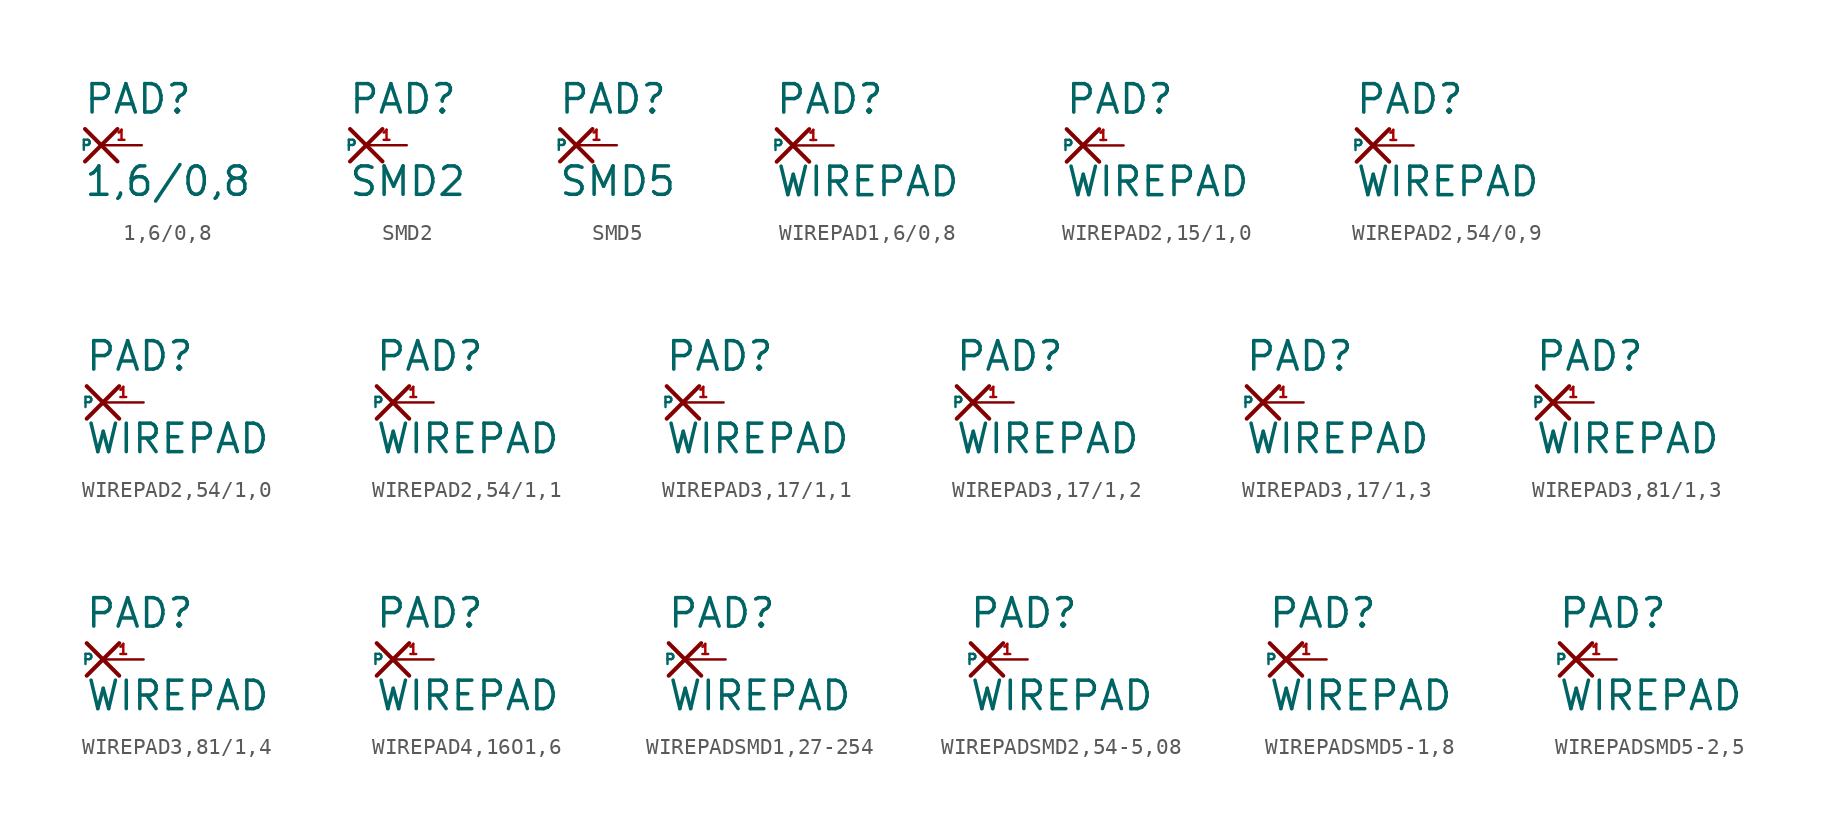
<source format=kicad_sym>
(kicad_symbol_lib
  (version 20220914)
  (generator Eagle2Kicad)
  (symbol "1,6/0,8"
    (property "Reference" "PAD"
      (at -1.143 1.854 0)
      (effects (font (size 1.778 1.778) (thickness 0.22)) (justify left bottom)))
    (property "Value" "1,6/0,8"
      (at -1.143 -3.302 0)
      (effects (font (size 1.778 1.778) (thickness 0.22)) (justify left bottom)))
    (polyline
      (pts (xy -1.016 1.016) (xy 1.016 -1.016))
      (stroke (width 0.254) (type default))
      (fill (type none)))
    (polyline
      (pts (xy -1.016 -1.016) (xy 1.016 1.016))
      (stroke (width 0.254) (type default))
      (fill (type none)))
    (pin passive line
      (at 2.54 0 180)
      (length 2.54)
      (name "P" (effects (font (size 0.635 0.635) (thickness 0.08)) (justify left bottom)))
      (number "1" (effects (font (size 0.635 0.635) (thickness 0.08)) (justify left bottom)))))
  (symbol "SMD2"
    (property "Reference" "PAD"
      (at -1.143 1.854 0)
      (effects (font (size 1.778 1.778) (thickness 0.22)) (justify left bottom)))
    (property "Value" "SMD2"
      (at -1.143 -3.302 0)
      (effects (font (size 1.778 1.778) (thickness 0.22)) (justify left bottom)))
    (polyline
      (pts (xy -1.016 1.016) (xy 1.016 -1.016))
      (stroke (width 0.254) (type default))
      (fill (type none)))
    (polyline
      (pts (xy -1.016 -1.016) (xy 1.016 1.016))
      (stroke (width 0.254) (type default))
      (fill (type none)))
    (pin passive line
      (at 2.54 0 180)
      (length 2.54)
      (name "P" (effects (font (size 0.635 0.635) (thickness 0.08)) (justify left bottom)))
      (number "1" (effects (font (size 0.635 0.635) (thickness 0.08)) (justify left bottom)))))
  (symbol "SMD5"
    (property "Reference" "PAD"
      (at -1.143 1.854 0)
      (effects (font (size 1.778 1.778) (thickness 0.22)) (justify left bottom)))
    (property "Value" "SMD5"
      (at -1.143 -3.302 0)
      (effects (font (size 1.778 1.778) (thickness 0.22)) (justify left bottom)))
    (polyline
      (pts (xy -1.016 1.016) (xy 1.016 -1.016))
      (stroke (width 0.254) (type default))
      (fill (type none)))
    (polyline
      (pts (xy -1.016 -1.016) (xy 1.016 1.016))
      (stroke (width 0.254) (type default))
      (fill (type none)))
    (pin passive line
      (at 2.54 0 180)
      (length 2.54)
      (name "P" (effects (font (size 0.635 0.635) (thickness 0.08)) (justify left bottom)))
      (number "1" (effects (font (size 0.635 0.635) (thickness 0.08)) (justify left bottom)))))
  (symbol "WIREPAD1,6/0,8"
    (property "Reference" "PAD"
      (at -1.143 1.854 0)
      (effects (font (size 1.778 1.778) (thickness 0.22)) (justify left bottom)))
    (property "Value" "WIREPAD"
      (at -1.143 -3.302 0)
      (effects (font (size 1.778 1.778) (thickness 0.22)) (justify left bottom)))
    (polyline
      (pts (xy -1.016 1.016) (xy 1.016 -1.016))
      (stroke (width 0.254) (type default))
      (fill (type none)))
    (polyline
      (pts (xy -1.016 -1.016) (xy 1.016 1.016))
      (stroke (width 0.254) (type default))
      (fill (type none)))
    (pin passive line
      (at 2.54 0 180)
      (length 2.54)
      (name "P" (effects (font (size 0.635 0.635) (thickness 0.08)) (justify left bottom)))
      (number "1" (effects (font (size 0.635 0.635) (thickness 0.08)) (justify left bottom)))))
  (symbol "WIREPAD2,15/1,0"
    (property "Reference" "PAD"
      (at -1.143 1.854 0)
      (effects (font (size 1.778 1.778) (thickness 0.22)) (justify left bottom)))
    (property "Value" "WIREPAD"
      (at -1.143 -3.302 0)
      (effects (font (size 1.778 1.778) (thickness 0.22)) (justify left bottom)))
    (polyline
      (pts (xy -1.016 1.016) (xy 1.016 -1.016))
      (stroke (width 0.254) (type default))
      (fill (type none)))
    (polyline
      (pts (xy -1.016 -1.016) (xy 1.016 1.016))
      (stroke (width 0.254) (type default))
      (fill (type none)))
    (pin passive line
      (at 2.54 0 180)
      (length 2.54)
      (name "P" (effects (font (size 0.635 0.635) (thickness 0.08)) (justify left bottom)))
      (number "1" (effects (font (size 0.635 0.635) (thickness 0.08)) (justify left bottom)))))
  (symbol "WIREPAD2,54/0,9"
    (property "Reference" "PAD"
      (at -1.143 1.854 0)
      (effects (font (size 1.778 1.778) (thickness 0.22)) (justify left bottom)))
    (property "Value" "WIREPAD"
      (at -1.143 -3.302 0)
      (effects (font (size 1.778 1.778) (thickness 0.22)) (justify left bottom)))
    (polyline
      (pts (xy -1.016 1.016) (xy 1.016 -1.016))
      (stroke (width 0.254) (type default))
      (fill (type none)))
    (polyline
      (pts (xy -1.016 -1.016) (xy 1.016 1.016))
      (stroke (width 0.254) (type default))
      (fill (type none)))
    (pin passive line
      (at 2.54 0 180)
      (length 2.54)
      (name "P" (effects (font (size 0.635 0.635) (thickness 0.08)) (justify left bottom)))
      (number "1" (effects (font (size 0.635 0.635) (thickness 0.08)) (justify left bottom)))))
  (symbol "WIREPAD2,54/1,0"
    (property "Reference" "PAD"
      (at -1.143 1.854 0)
      (effects (font (size 1.778 1.778) (thickness 0.22)) (justify left bottom)))
    (property "Value" "WIREPAD"
      (at -1.143 -3.302 0)
      (effects (font (size 1.778 1.778) (thickness 0.22)) (justify left bottom)))
    (polyline
      (pts (xy -1.016 1.016) (xy 1.016 -1.016))
      (stroke (width 0.254) (type default))
      (fill (type none)))
    (polyline
      (pts (xy -1.016 -1.016) (xy 1.016 1.016))
      (stroke (width 0.254) (type default))
      (fill (type none)))
    (pin passive line
      (at 2.54 0 180)
      (length 2.54)
      (name "P" (effects (font (size 0.635 0.635) (thickness 0.08)) (justify left bottom)))
      (number "1" (effects (font (size 0.635 0.635) (thickness 0.08)) (justify left bottom)))))
  (symbol "WIREPAD2,54/1,1"
    (property "Reference" "PAD"
      (at -1.143 1.854 0)
      (effects (font (size 1.778 1.778) (thickness 0.22)) (justify left bottom)))
    (property "Value" "WIREPAD"
      (at -1.143 -3.302 0)
      (effects (font (size 1.778 1.778) (thickness 0.22)) (justify left bottom)))
    (polyline
      (pts (xy -1.016 1.016) (xy 1.016 -1.016))
      (stroke (width 0.254) (type default))
      (fill (type none)))
    (polyline
      (pts (xy -1.016 -1.016) (xy 1.016 1.016))
      (stroke (width 0.254) (type default))
      (fill (type none)))
    (pin passive line
      (at 2.54 0 180)
      (length 2.54)
      (name "P" (effects (font (size 0.635 0.635) (thickness 0.08)) (justify left bottom)))
      (number "1" (effects (font (size 0.635 0.635) (thickness 0.08)) (justify left bottom)))))
  (symbol "WIREPAD3,17/1,1"
    (property "Reference" "PAD"
      (at -1.143 1.854 0)
      (effects (font (size 1.778 1.778) (thickness 0.22)) (justify left bottom)))
    (property "Value" "WIREPAD"
      (at -1.143 -3.302 0)
      (effects (font (size 1.778 1.778) (thickness 0.22)) (justify left bottom)))
    (polyline
      (pts (xy -1.016 1.016) (xy 1.016 -1.016))
      (stroke (width 0.254) (type default))
      (fill (type none)))
    (polyline
      (pts (xy -1.016 -1.016) (xy 1.016 1.016))
      (stroke (width 0.254) (type default))
      (fill (type none)))
    (pin passive line
      (at 2.54 0 180)
      (length 2.54)
      (name "P" (effects (font (size 0.635 0.635) (thickness 0.08)) (justify left bottom)))
      (number "1" (effects (font (size 0.635 0.635) (thickness 0.08)) (justify left bottom)))))
  (symbol "WIREPAD3,17/1,2"
    (property "Reference" "PAD"
      (at -1.143 1.854 0)
      (effects (font (size 1.778 1.778) (thickness 0.22)) (justify left bottom)))
    (property "Value" "WIREPAD"
      (at -1.143 -3.302 0)
      (effects (font (size 1.778 1.778) (thickness 0.22)) (justify left bottom)))
    (polyline
      (pts (xy -1.016 1.016) (xy 1.016 -1.016))
      (stroke (width 0.254) (type default))
      (fill (type none)))
    (polyline
      (pts (xy -1.016 -1.016) (xy 1.016 1.016))
      (stroke (width 0.254) (type default))
      (fill (type none)))
    (pin passive line
      (at 2.54 0 180)
      (length 2.54)
      (name "P" (effects (font (size 0.635 0.635) (thickness 0.08)) (justify left bottom)))
      (number "1" (effects (font (size 0.635 0.635) (thickness 0.08)) (justify left bottom)))))
  (symbol "WIREPAD3,17/1,3"
    (property "Reference" "PAD"
      (at -1.143 1.854 0)
      (effects (font (size 1.778 1.778) (thickness 0.22)) (justify left bottom)))
    (property "Value" "WIREPAD"
      (at -1.143 -3.302 0)
      (effects (font (size 1.778 1.778) (thickness 0.22)) (justify left bottom)))
    (polyline
      (pts (xy -1.016 1.016) (xy 1.016 -1.016))
      (stroke (width 0.254) (type default))
      (fill (type none)))
    (polyline
      (pts (xy -1.016 -1.016) (xy 1.016 1.016))
      (stroke (width 0.254) (type default))
      (fill (type none)))
    (pin passive line
      (at 2.54 0 180)
      (length 2.54)
      (name "P" (effects (font (size 0.635 0.635) (thickness 0.08)) (justify left bottom)))
      (number "1" (effects (font (size 0.635 0.635) (thickness 0.08)) (justify left bottom)))))
  (symbol "WIREPAD3,81/1,3"
    (property "Reference" "PAD"
      (at -1.143 1.854 0)
      (effects (font (size 1.778 1.778) (thickness 0.22)) (justify left bottom)))
    (property "Value" "WIREPAD"
      (at -1.143 -3.302 0)
      (effects (font (size 1.778 1.778) (thickness 0.22)) (justify left bottom)))
    (polyline
      (pts (xy -1.016 1.016) (xy 1.016 -1.016))
      (stroke (width 0.254) (type default))
      (fill (type none)))
    (polyline
      (pts (xy -1.016 -1.016) (xy 1.016 1.016))
      (stroke (width 0.254) (type default))
      (fill (type none)))
    (pin passive line
      (at 2.54 0 180)
      (length 2.54)
      (name "P" (effects (font (size 0.635 0.635) (thickness 0.08)) (justify left bottom)))
      (number "1" (effects (font (size 0.635 0.635) (thickness 0.08)) (justify left bottom)))))
  (symbol "WIREPAD3,81/1,4"
    (property "Reference" "PAD"
      (at -1.143 1.854 0)
      (effects (font (size 1.778 1.778) (thickness 0.22)) (justify left bottom)))
    (property "Value" "WIREPAD"
      (at -1.143 -3.302 0)
      (effects (font (size 1.778 1.778) (thickness 0.22)) (justify left bottom)))
    (polyline
      (pts (xy -1.016 1.016) (xy 1.016 -1.016))
      (stroke (width 0.254) (type default))
      (fill (type none)))
    (polyline
      (pts (xy -1.016 -1.016) (xy 1.016 1.016))
      (stroke (width 0.254) (type default))
      (fill (type none)))
    (pin passive line
      (at 2.54 0 180)
      (length 2.54)
      (name "P" (effects (font (size 0.635 0.635) (thickness 0.08)) (justify left bottom)))
      (number "1" (effects (font (size 0.635 0.635) (thickness 0.08)) (justify left bottom)))))
  (symbol "WIREPAD4,16O1,6"
    (property "Reference" "PAD"
      (at -1.143 1.854 0)
      (effects (font (size 1.778 1.778) (thickness 0.22)) (justify left bottom)))
    (property "Value" "WIREPAD"
      (at -1.143 -3.302 0)
      (effects (font (size 1.778 1.778) (thickness 0.22)) (justify left bottom)))
    (polyline
      (pts (xy -1.016 1.016) (xy 1.016 -1.016))
      (stroke (width 0.254) (type default))
      (fill (type none)))
    (polyline
      (pts (xy -1.016 -1.016) (xy 1.016 1.016))
      (stroke (width 0.254) (type default))
      (fill (type none)))
    (pin passive line
      (at 2.54 0 180)
      (length 2.54)
      (name "P" (effects (font (size 0.635 0.635) (thickness 0.08)) (justify left bottom)))
      (number "1" (effects (font (size 0.635 0.635) (thickness 0.08)) (justify left bottom)))))
  (symbol "WIREPADSMD1,27-254"
    (property "Reference" "PAD"
      (at -1.143 1.854 0)
      (effects (font (size 1.778 1.778) (thickness 0.22)) (justify left bottom)))
    (property "Value" "WIREPAD"
      (at -1.143 -3.302 0)
      (effects (font (size 1.778 1.778) (thickness 0.22)) (justify left bottom)))
    (polyline
      (pts (xy -1.016 1.016) (xy 1.016 -1.016))
      (stroke (width 0.254) (type default))
      (fill (type none)))
    (polyline
      (pts (xy -1.016 -1.016) (xy 1.016 1.016))
      (stroke (width 0.254) (type default))
      (fill (type none)))
    (pin passive line
      (at 2.54 0 180)
      (length 2.54)
      (name "P" (effects (font (size 0.635 0.635) (thickness 0.08)) (justify left bottom)))
      (number "1" (effects (font (size 0.635 0.635) (thickness 0.08)) (justify left bottom)))))
  (symbol "WIREPADSMD2,54-5,08"
    (property "Reference" "PAD"
      (at -1.143 1.854 0)
      (effects (font (size 1.778 1.778) (thickness 0.22)) (justify left bottom)))
    (property "Value" "WIREPAD"
      (at -1.143 -3.302 0)
      (effects (font (size 1.778 1.778) (thickness 0.22)) (justify left bottom)))
    (polyline
      (pts (xy -1.016 1.016) (xy 1.016 -1.016))
      (stroke (width 0.254) (type default))
      (fill (type none)))
    (polyline
      (pts (xy -1.016 -1.016) (xy 1.016 1.016))
      (stroke (width 0.254) (type default))
      (fill (type none)))
    (pin passive line
      (at 2.54 0 180)
      (length 2.54)
      (name "P" (effects (font (size 0.635 0.635) (thickness 0.08)) (justify left bottom)))
      (number "1" (effects (font (size 0.635 0.635) (thickness 0.08)) (justify left bottom)))))
  (symbol "WIREPADSMD5-1,8"
    (property "Reference" "PAD"
      (at -1.143 1.854 0)
      (effects (font (size 1.778 1.778) (thickness 0.22)) (justify left bottom)))
    (property "Value" "WIREPAD"
      (at -1.143 -3.302 0)
      (effects (font (size 1.778 1.778) (thickness 0.22)) (justify left bottom)))
    (polyline
      (pts (xy -1.016 1.016) (xy 1.016 -1.016))
      (stroke (width 0.254) (type default))
      (fill (type none)))
    (polyline
      (pts (xy -1.016 -1.016) (xy 1.016 1.016))
      (stroke (width 0.254) (type default))
      (fill (type none)))
    (pin passive line
      (at 2.54 0 180)
      (length 2.54)
      (name "P" (effects (font (size 0.635 0.635) (thickness 0.08)) (justify left bottom)))
      (number "1" (effects (font (size 0.635 0.635) (thickness 0.08)) (justify left bottom)))))
  (symbol "WIREPADSMD5-2,5"
    (property "Reference" "PAD"
      (at -1.143 1.854 0)
      (effects (font (size 1.778 1.778) (thickness 0.22)) (justify left bottom)))
    (property "Value" "WIREPAD"
      (at -1.143 -3.302 0)
      (effects (font (size 1.778 1.778) (thickness 0.22)) (justify left bottom)))
    (polyline
      (pts (xy -1.016 1.016) (xy 1.016 -1.016))
      (stroke (width 0.254) (type default))
      (fill (type none)))
    (polyline
      (pts (xy -1.016 -1.016) (xy 1.016 1.016))
      (stroke (width 0.254) (type default))
      (fill (type none)))
    (pin passive line
      (at 2.54 0 180)
      (length 2.54)
      (name "P" (effects (font (size 0.635 0.635) (thickness 0.08)) (justify left bottom)))
      (number "1" (effects (font (size 0.635 0.635) (thickness 0.08)) (justify left bottom))))))
</source>
